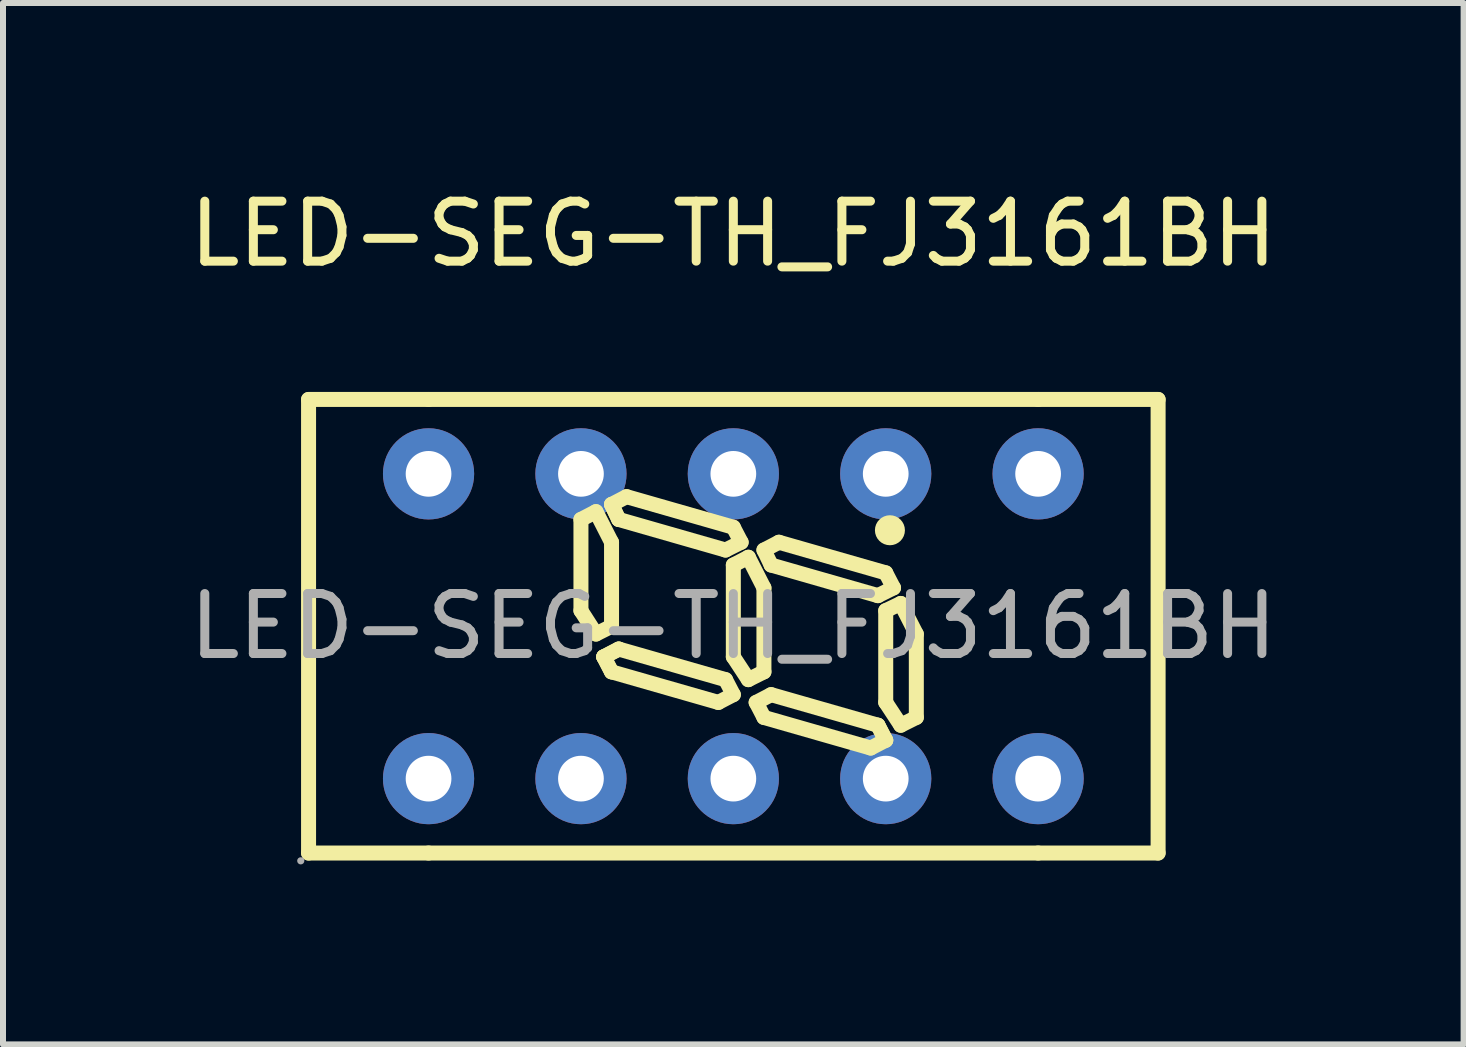
<source format=kicad_pcb>
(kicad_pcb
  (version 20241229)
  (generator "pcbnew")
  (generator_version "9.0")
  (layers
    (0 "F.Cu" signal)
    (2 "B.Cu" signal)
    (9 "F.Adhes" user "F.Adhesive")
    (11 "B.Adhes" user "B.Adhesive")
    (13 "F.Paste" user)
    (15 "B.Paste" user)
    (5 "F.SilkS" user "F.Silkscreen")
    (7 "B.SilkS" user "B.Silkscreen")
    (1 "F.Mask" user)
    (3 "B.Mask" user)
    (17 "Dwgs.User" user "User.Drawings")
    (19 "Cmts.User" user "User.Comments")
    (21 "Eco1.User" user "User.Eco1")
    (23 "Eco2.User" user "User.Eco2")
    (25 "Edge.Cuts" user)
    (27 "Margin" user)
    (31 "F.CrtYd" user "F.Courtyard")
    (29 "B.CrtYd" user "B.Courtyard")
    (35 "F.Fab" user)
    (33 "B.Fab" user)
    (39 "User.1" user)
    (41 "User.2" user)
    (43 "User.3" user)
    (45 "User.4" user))
  (footprint "LED-SEG-TH_FJ3161BH"
    (layer "F.Cu")
    (at 9.173 7.388)
    (property "Reference" "LED-SEG-TH_FJ3161BH" (at 0 -6.54 0) (layer "F.SilkS") (effects (font (size 1 1) (thickness 0.15))))
    (attr through_hole)
    (fp_line (start -7.08 -3.78) (end -5.08 -3.78) (stroke (width 0.25) (type solid)) (layer "F.SilkS"))
    (fp_line (start -7.08 3.78) (end -7.08 -3.78) (stroke (width 0.25) (type solid)) (layer "F.SilkS"))
    (fp_line (start -5.08 -3.78) (end 5.08 -3.78) (stroke (width 0.25) (type solid)) (layer "F.SilkS"))
    (fp_line (start -5.08 3.78) (end -7.08 3.78) (stroke (width 0.25) (type solid)) (layer "F.SilkS"))
    (fp_line (start -2.54 -1.78) (end -2.29 -1.91) (stroke (width 0.25) (type solid)) (layer "F.SilkS"))
    (fp_line (start -2.54 -0.26) (end -2.54 -1.78) (stroke (width 0.25) (type solid)) (layer "F.SilkS"))
    (fp_line (start -2.29 -1.91) (end -2.03 -1.4) (stroke (width 0.25) (type solid)) (layer "F.SilkS"))
    (fp_line (start -2.29 0.13) (end -2.54 -0.26) (stroke (width 0.25) (type solid)) (layer "F.SilkS"))
    (fp_line (start -2.16 0.51) (end -2.03 0.76) (stroke (width 0.25) (type solid)) (layer "F.SilkS"))
    (fp_line (start -2.16 0.51) (end -1.91 0.38) (stroke (width 0.25) (type solid)) (layer "F.SilkS"))
    (fp_line (start -2.03 -2.03) (end -1.91 -1.78) (stroke (width 0.25) (type solid)) (layer "F.SilkS"))
    (fp_line (start -2.03 -2.03) (end -1.78 -2.16) (stroke (width 0.25) (type solid)) (layer "F.SilkS"))
    (fp_line (start -2.03 -1.4) (end -2.03 0) (stroke (width 0.25) (type solid)) (layer "F.SilkS"))
    (fp_line (start -2.03 0) (end -2.29 0.13) (stroke (width 0.25) (type solid)) (layer "F.SilkS"))
    (fp_line (start -2.03 0.76) (end -2.16 0.51) (stroke (width 0.25) (type solid)) (layer "F.SilkS"))
    (fp_line (start -2.03 0.76) (end -0.25 1.27) (stroke (width 0.25) (type solid)) (layer "F.SilkS"))
    (fp_line (start -1.91 -1.78) (end -2.03 -2.03) (stroke (width 0.25) (type solid)) (layer "F.SilkS"))
    (fp_line (start -1.91 0.38) (end -2.16 0.51) (stroke (width 0.25) (type solid)) (layer "F.SilkS"))
    (fp_line (start -1.78 -2.16) (end 0 -1.65) (stroke (width 0.25) (type solid)) (layer "F.SilkS"))
    (fp_line (start -0.25 1.27) (end 0 1.14) (stroke (width 0.25) (type solid)) (layer "F.SilkS"))
    (fp_line (start -0.13 -1.27) (end -1.91 -1.78) (stroke (width 0.25) (type solid)) (layer "F.SilkS"))
    (fp_line (start -0.13 0.89) (end -1.91 0.38) (stroke (width 0.25) (type solid)) (layer "F.SilkS"))
    (fp_line (start 0 -1.65) (end 0.13 -1.4) (stroke (width 0.25) (type solid)) (layer "F.SilkS"))
    (fp_line (start 0 -1.02) (end 0.25 -1.15) (stroke (width 0.25) (type solid)) (layer "F.SilkS"))
    (fp_line (start 0 0.51) (end 0 -1.02) (stroke (width 0.25) (type solid)) (layer "F.SilkS"))
    (fp_line (start 0 1.14) (end -0.13 0.89) (stroke (width 0.25) (type solid)) (layer "F.SilkS"))
    (fp_line (start 0.13 -1.4) (end -0.13 -1.27) (stroke (width 0.25) (type solid)) (layer "F.SilkS"))
    (fp_line (start 0.25 -1.15) (end 0.51 -0.64) (stroke (width 0.25) (type solid)) (layer "F.SilkS"))
    (fp_line (start 0.25 0.89) (end 0 0.51) (stroke (width 0.25) (type solid)) (layer "F.SilkS"))
    (fp_line (start 0.38 1.27) (end 0.51 1.52) (stroke (width 0.25) (type solid)) (layer "F.SilkS"))
    (fp_line (start 0.51 -1.27) (end 0.63 -1.02) (stroke (width 0.25) (type solid)) (layer "F.SilkS"))
    (fp_line (start 0.51 -0.64) (end 0.51 0.76) (stroke (width 0.25) (type solid)) (layer "F.SilkS"))
    (fp_line (start 0.51 0.76) (end 0.25 0.89) (stroke (width 0.25) (type solid)) (layer "F.SilkS"))
    (fp_line (start 0.51 1.52) (end 2.29 2.03) (stroke (width 0.25) (type solid)) (layer "F.SilkS"))
    (fp_line (start 0.63 -1.02) (end 2.41 -0.51) (stroke (width 0.25) (type solid)) (layer "F.SilkS"))
    (fp_line (start 0.63 1.14) (end 0.38 1.27) (stroke (width 0.25) (type solid)) (layer "F.SilkS"))
    (fp_line (start 0.76 -1.4) (end 0.51 -1.27) (stroke (width 0.25) (type solid)) (layer "F.SilkS"))
    (fp_line (start 2.29 2.03) (end 2.54 1.9) (stroke (width 0.25) (type solid)) (layer "F.SilkS"))
    (fp_line (start 2.41 -0.51) (end 2.67 -0.64) (stroke (width 0.25) (type solid)) (layer "F.SilkS"))
    (fp_line (start 2.41 1.65) (end 0.63 1.14) (stroke (width 0.25) (type solid)) (layer "F.SilkS"))
    (fp_line (start 2.54 -0.89) (end 0.76 -1.4) (stroke (width 0.25) (type solid)) (layer "F.SilkS"))
    (fp_line (start 2.54 -0.26) (end 2.79 -0.38) (stroke (width 0.25) (type solid)) (layer "F.SilkS"))
    (fp_line (start 2.54 1.27) (end 2.54 -0.26) (stroke (width 0.25) (type solid)) (layer "F.SilkS"))
    (fp_line (start 2.54 1.9) (end 2.41 1.65) (stroke (width 0.25) (type solid)) (layer "F.SilkS"))
    (fp_line (start 2.54 1.9) (end 2.41 1.65) (stroke (width 0.25) (type solid)) (layer "F.SilkS"))
    (fp_line (start 2.67 -0.64) (end 2.54 -0.89) (stroke (width 0.25) (type solid)) (layer "F.SilkS"))
    (fp_line (start 2.79 -0.38) (end 3.05 0.13) (stroke (width 0.25) (type solid)) (layer "F.SilkS"))
    (fp_line (start 2.79 1.65) (end 2.54 1.27) (stroke (width 0.25) (type solid)) (layer "F.SilkS"))
    (fp_line (start 3.05 0.13) (end 3.05 1.52) (stroke (width 0.25) (type solid)) (layer "F.SilkS"))
    (fp_line (start 3.05 1.52) (end 2.79 1.65) (stroke (width 0.25) (type solid)) (layer "F.SilkS"))
    (fp_line (start 5.08 -3.78) (end 7.08 -3.78) (stroke (width 0.25) (type solid)) (layer "F.SilkS"))
    (fp_line (start 5.08 3.78) (end -5.08 3.78) (stroke (width 0.25) (type solid)) (layer "F.SilkS"))
    (fp_line (start 7.08 -3.78) (end 7.08 3.78) (stroke (width 0.25) (type solid)) (layer "F.SilkS"))
    (fp_line (start 7.08 3.78) (end 5.08 3.78) (stroke (width 0.25) (type solid)) (layer "F.SilkS"))
    (fp_arc (start 2.61 -1.6) (mid 2.61 -1.6) (end 2.61 -1.6) (stroke (width 0.25) (type solid)) (layer "F.SilkS"))
    (fp_circle (center -7.21 3.91) (end -7.18 3.91) (stroke (width 0.06) (type solid)) (fill no) (layer "F.Fab"))
    (fp_circle (center -5.08 -2.54) (end -4.94 -2.54) (stroke (width 0.28) (type solid)) (fill no) (layer "F.Fab"))
    (fp_circle (center -5.08 2.54) (end -4.94 2.54) (stroke (width 0.28) (type solid)) (fill no) (layer "F.Fab"))
    (fp_circle (center -2.54 -2.54) (end -2.4 -2.54) (stroke (width 0.28) (type solid)) (fill no) (layer "F.Fab"))
    (fp_circle (center -2.54 2.54) (end -2.4 2.54) (stroke (width 0.28) (type solid)) (fill no) (layer "F.Fab"))
    (fp_circle (center 0 -2.54) (end 0.14 -2.54) (stroke (width 0.28) (type solid)) (fill no) (layer "F.Fab"))
    (fp_circle (center 0 2.54) (end 0.14 2.54) (stroke (width 0.28) (type solid)) (fill no) (layer "F.Fab"))
    (fp_circle (center 2.54 -2.54) (end 2.68 -2.54) (stroke (width 0.28) (type solid)) (fill no) (layer "F.Fab"))
    (fp_circle (center 2.54 2.54) (end 2.68 2.54) (stroke (width 0.28) (type solid)) (fill no) (layer "F.Fab"))
    (fp_circle (center 5.08 -2.54) (end 5.22 -2.54) (stroke (width 0.28) (type solid)) (fill no) (layer "F.Fab"))
    (fp_circle (center 5.08 2.54) (end 5.22 2.54) (stroke (width 0.28) (type solid)) (fill no) (layer "F.Fab"))
    (fp_text user "${REFERENCE}" (at 0 0 0) (layer "F.Fab") (effects (font (size 1 1) (thickness 0.15))))
    (pad "1" thru_hole circle (at -5.08 2.54 90) (size 1.52 1.52) (drill 0.762) (layers "*.Cu" "*.Paste" "*.Mask"))
    (pad "2" thru_hole circle (at -2.54 2.54) (size 1.52 1.52) (drill 0.762) (layers "*.Cu" "*.Paste" "*.Mask"))
    (pad "3" thru_hole circle (at 0 2.54) (size 1.52 1.52) (drill 0.762) (layers "*.Cu" "*.Paste" "*.Mask"))
    (pad "4" thru_hole circle (at 2.54 2.54) (size 1.52 1.52) (drill 0.762) (layers "*.Cu" "*.Paste" "*.Mask"))
    (pad "5" thru_hole circle (at 5.08 2.54 90) (size 1.52 1.52) (drill 0.762) (layers "*.Cu" "*.Paste" "*.Mask"))
    (pad "6" thru_hole circle (at 5.08 -2.54 90) (size 1.52 1.52) (drill 0.762) (layers "*.Cu" "*.Paste" "*.Mask"))
    (pad "7" thru_hole circle (at 2.54 -2.54 90) (size 1.52 1.52) (drill 0.762) (layers "*.Cu" "*.Paste" "*.Mask"))
    (pad "8" thru_hole circle (at 0 -2.54 90) (size 1.52 1.52) (drill 0.762) (layers "*.Cu" "*.Paste" "*.Mask"))
    (pad "9" thru_hole circle (at -2.54 -2.54 90) (size 1.52 1.52) (drill 0.762) (layers "*.Cu" "*.Paste" "*.Mask"))
    (pad "10" thru_hole circle (at -5.08 -2.54 90) (size 1.52 1.52) (drill 0.762) (layers "*.Cu" "*.Paste" "*.Mask")))
  (gr_rect
    (start -3 -3)
    (end 21.345 14.358)
    (stroke (width 0.1) (type default))
    (fill no)
    (layer "Edge.Cuts")))
</source>
